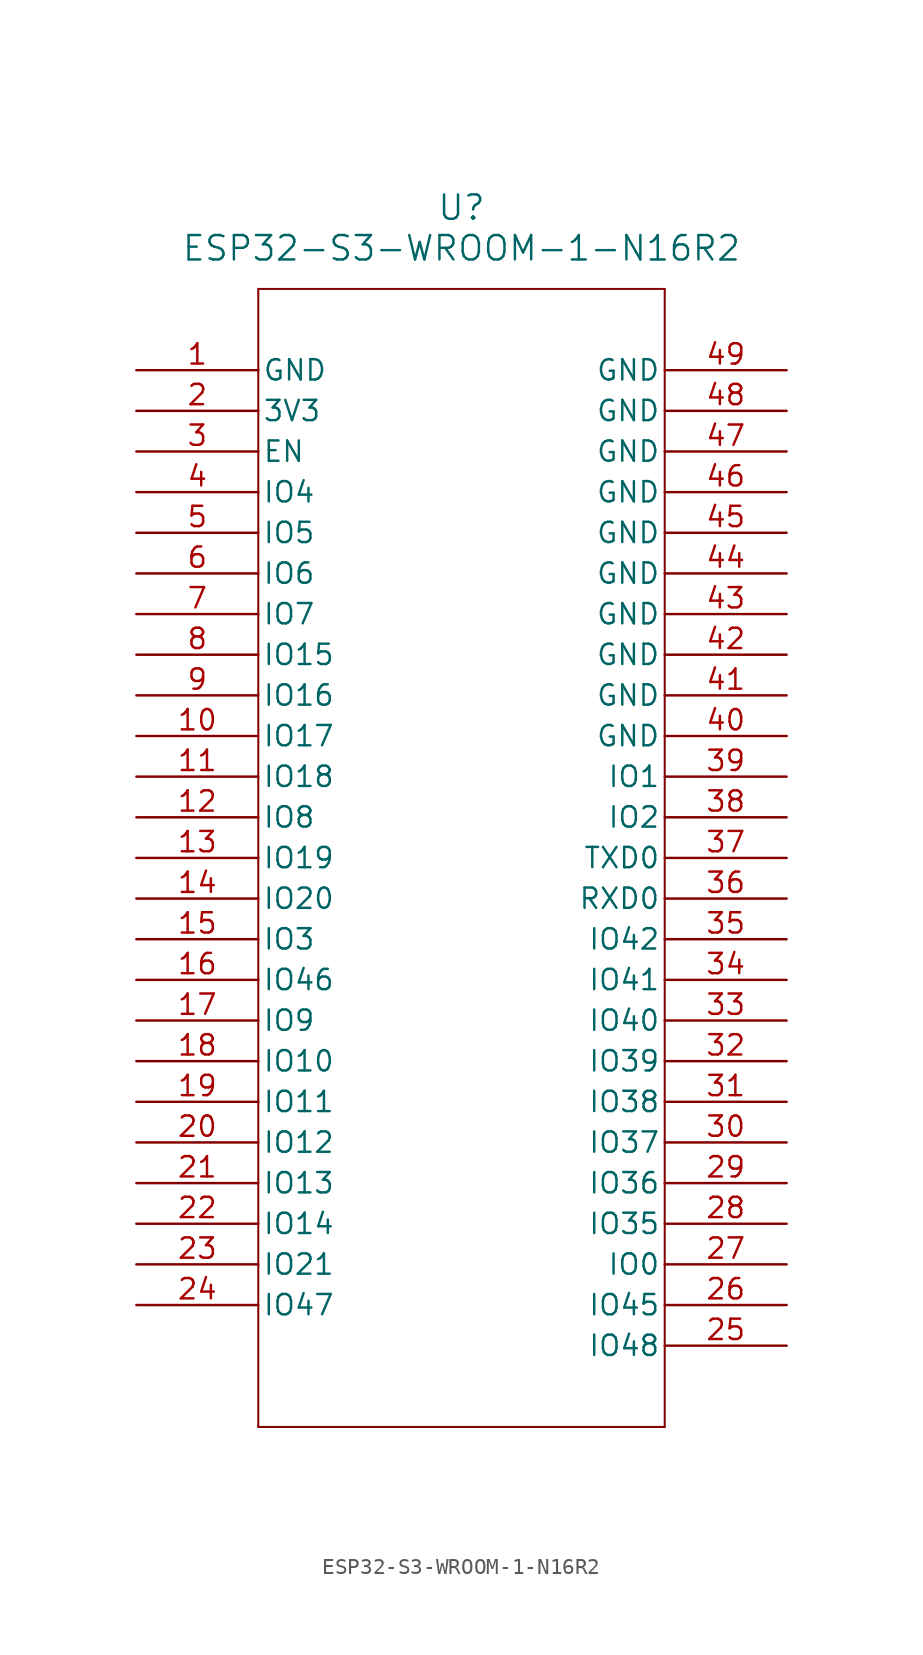
<source format=kicad_sym>
(kicad_symbol_lib
  (version 20211014)
  (generator kicad_symbol_editor)
  (symbol "ESP32-S3-WROOM-1-N16R2"
    (pin_names
      (offset 0.254))
    (property "Reference" "U"
      (at 20.32 10.16 0)
      (effects (font (size 1.524 1.524))))
    (property "Value" "ESP32-S3-WROOM-1-N16R2"
      (at 20.32 7.62 0)
      (effects (font (size 1.524 1.524))))
    (symbol "ESP32-S3-WROOM-1-N16R2_0_1"
      (polyline (pts (xy 7.62 5.08) (xy 7.62 -66.04)) (stroke (width 0.127) (type default) (color 0 0 0 0)) (fill (type none)))
      (polyline (pts (xy 7.62 -66.04) (xy 33.02 -66.04)) (stroke (width 0.127) (type default) (color 0 0 0 0)) (fill (type none)))
      (polyline (pts (xy 33.02 -66.04) (xy 33.02 5.08)) (stroke (width 0.127) (type default) (color 0 0 0 0)) (fill (type none)))
      (polyline (pts (xy 33.02 5.08) (xy 7.62 5.08)) (stroke (width 0.127) (type default) (color 0 0 0 0)) (fill (type none)))
      (pin power_out line (at 0 0 0) (length 7.62) (name "GND" (effects (font (size 1.27 1.27)))) (number "1" (effects (font (size 1.27 1.27)))))
      (pin power_in line (at 0 -2.54 0) (length 7.62) (name "3V3" (effects (font (size 1.27 1.27)))) (number "2" (effects (font (size 1.27 1.27)))))
      (pin input line (at 0 -5.08 0) (length 7.62) (name "EN" (effects (font (size 1.27 1.27)))) (number "3" (effects (font (size 1.27 1.27)))))
      (pin bidirectional line (at 0 -7.62 0) (length 7.62) (name "IO4" (effects (font (size 1.27 1.27)))) (number "4" (effects (font (size 1.27 1.27)))))
      (pin bidirectional line (at 0 -10.16 0) (length 7.62) (name "IO5" (effects (font (size 1.27 1.27)))) (number "5" (effects (font (size 1.27 1.27)))))
      (pin bidirectional line (at 0 -12.7 0) (length 7.62) (name "IO6" (effects (font (size 1.27 1.27)))) (number "6" (effects (font (size 1.27 1.27)))))
      (pin bidirectional line (at 0 -15.24 0) (length 7.62) (name "IO7" (effects (font (size 1.27 1.27)))) (number "7" (effects (font (size 1.27 1.27)))))
      (pin bidirectional line (at 0 -17.78 0) (length 7.62) (name "IO15" (effects (font (size 1.27 1.27)))) (number "8" (effects (font (size 1.27 1.27)))))
      (pin bidirectional line (at 0 -20.32 0) (length 7.62) (name "IO16" (effects (font (size 1.27 1.27)))) (number "9" (effects (font (size 1.27 1.27)))))
      (pin bidirectional line (at 0 -22.86 0) (length 7.62) (name "IO17" (effects (font (size 1.27 1.27)))) (number "10" (effects (font (size 1.27 1.27)))))
      (pin bidirectional line (at 0 -25.4 0) (length 7.62) (name "IO18" (effects (font (size 1.27 1.27)))) (number "11" (effects (font (size 1.27 1.27)))))
      (pin bidirectional line (at 0 -27.94 0) (length 7.62) (name "IO8" (effects (font (size 1.27 1.27)))) (number "12" (effects (font (size 1.27 1.27)))))
      (pin bidirectional line (at 0 -30.48 0) (length 7.62) (name "IO19" (effects (font (size 1.27 1.27)))) (number "13" (effects (font (size 1.27 1.27)))))
      (pin bidirectional line (at 0 -33.02 0) (length 7.62) (name "IO20" (effects (font (size 1.27 1.27)))) (number "14" (effects (font (size 1.27 1.27)))))
      (pin bidirectional line (at 0 -35.56 0) (length 7.62) (name "IO3" (effects (font (size 1.27 1.27)))) (number "15" (effects (font (size 1.27 1.27)))))
      (pin bidirectional line (at 0 -38.1 0) (length 7.62) (name "IO46" (effects (font (size 1.27 1.27)))) (number "16" (effects (font (size 1.27 1.27)))))
      (pin bidirectional line (at 0 -40.64 0) (length 7.62) (name "IO9" (effects (font (size 1.27 1.27)))) (number "17" (effects (font (size 1.27 1.27)))))
      (pin bidirectional line (at 0 -43.18 0) (length 7.62) (name "IO10" (effects (font (size 1.27 1.27)))) (number "18" (effects (font (size 1.27 1.27)))))
      (pin bidirectional line (at 0 -45.72 0) (length 7.62) (name "IO11" (effects (font (size 1.27 1.27)))) (number "19" (effects (font (size 1.27 1.27)))))
      (pin bidirectional line (at 0 -48.26 0) (length 7.62) (name "IO12" (effects (font (size 1.27 1.27)))) (number "20" (effects (font (size 1.27 1.27)))))
      (pin bidirectional line (at 0 -50.8 0) (length 7.62) (name "IO13" (effects (font (size 1.27 1.27)))) (number "21" (effects (font (size 1.27 1.27)))))
      (pin bidirectional line (at 0 -53.34 0) (length 7.62) (name "IO14" (effects (font (size 1.27 1.27)))) (number "22" (effects (font (size 1.27 1.27)))))
      (pin bidirectional line (at 0 -55.88 0) (length 7.62) (name "IO21" (effects (font (size 1.27 1.27)))) (number "23" (effects (font (size 1.27 1.27)))))
      (pin bidirectional line (at 0 -58.42 0) (length 7.62) (name "IO47" (effects (font (size 1.27 1.27)))) (number "24" (effects (font (size 1.27 1.27)))))
      (pin bidirectional line (at 40.64 -60.96 180) (length 7.62) (name "IO48" (effects (font (size 1.27 1.27)))) (number "25" (effects (font (size 1.27 1.27)))))
      (pin bidirectional line (at 40.64 -58.42 180) (length 7.62) (name "IO45" (effects (font (size 1.27 1.27)))) (number "26" (effects (font (size 1.27 1.27)))))
      (pin bidirectional line (at 40.64 -55.88 180) (length 7.62) (name "IO0" (effects (font (size 1.27 1.27)))) (number "27" (effects (font (size 1.27 1.27)))))
      (pin bidirectional line (at 40.64 -53.34 180) (length 7.62) (name "IO35" (effects (font (size 1.27 1.27)))) (number "28" (effects (font (size 1.27 1.27)))))
      (pin bidirectional line (at 40.64 -50.8 180) (length 7.62) (name "IO36" (effects (font (size 1.27 1.27)))) (number "29" (effects (font (size 1.27 1.27)))))
      (pin bidirectional line (at 40.64 -48.26 180) (length 7.62) (name "IO37" (effects (font (size 1.27 1.27)))) (number "30" (effects (font (size 1.27 1.27)))))
      (pin bidirectional line (at 40.64 -45.72 180) (length 7.62) (name "IO38" (effects (font (size 1.27 1.27)))) (number "31" (effects (font (size 1.27 1.27)))))
      (pin bidirectional line (at 40.64 -43.18 180) (length 7.62) (name "IO39" (effects (font (size 1.27 1.27)))) (number "32" (effects (font (size 1.27 1.27)))))
      (pin bidirectional line (at 40.64 -40.64 180) (length 7.62) (name "IO40" (effects (font (size 1.27 1.27)))) (number "33" (effects (font (size 1.27 1.27)))))
      (pin bidirectional line (at 40.64 -38.1 180) (length 7.62) (name "IO41" (effects (font (size 1.27 1.27)))) (number "34" (effects (font (size 1.27 1.27)))))
      (pin bidirectional line (at 40.64 -35.56 180) (length 7.62) (name "IO42" (effects (font (size 1.27 1.27)))) (number "35" (effects (font (size 1.27 1.27)))))
      (pin bidirectional line (at 40.64 -33.02 180) (length 7.62) (name "RXD0" (effects (font (size 1.27 1.27)))) (number "36" (effects (font (size 1.27 1.27)))))
      (pin bidirectional line (at 40.64 -30.48 180) (length 7.62) (name "TXD0" (effects (font (size 1.27 1.27)))) (number "37" (effects (font (size 1.27 1.27)))))
      (pin bidirectional line (at 40.64 -27.94 180) (length 7.62) (name "IO2" (effects (font (size 1.27 1.27)))) (number "38" (effects (font (size 1.27 1.27)))))
      (pin bidirectional line (at 40.64 -25.4 180) (length 7.62) (name "IO1" (effects (font (size 1.27 1.27)))) (number "39" (effects (font (size 1.27 1.27)))))
      (pin power_out line (at 40.64 -22.86 180) (length 7.62) (name "GND" (effects (font (size 1.27 1.27)))) (number "40" (effects (font (size 1.27 1.27)))))
      (pin power_out line (at 40.64 -20.32 180) (length 7.62) (name "GND" (effects (font (size 1.27 1.27)))) (number "41" (effects (font (size 1.27 1.27)))))
      (pin power_out line (at 40.64 -17.78 180) (length 7.62) (name "GND" (effects (font (size 1.27 1.27)))) (number "42" (effects (font (size 1.27 1.27)))))
      (pin power_out line (at 40.64 -15.24 180) (length 7.62) (name "GND" (effects (font (size 1.27 1.27)))) (number "43" (effects (font (size 1.27 1.27)))))
      (pin power_out line (at 40.64 -12.7 180) (length 7.62) (name "GND" (effects (font (size 1.27 1.27)))) (number "44" (effects (font (size 1.27 1.27)))))
      (pin power_out line (at 40.64 -10.16 180) (length 7.62) (name "GND" (effects (font (size 1.27 1.27)))) (number "45" (effects (font (size 1.27 1.27)))))
      (pin power_out line (at 40.64 -7.62 180) (length 7.62) (name "GND" (effects (font (size 1.27 1.27)))) (number "46" (effects (font (size 1.27 1.27)))))
      (pin power_out line (at 40.64 -5.08 180) (length 7.62) (name "GND" (effects (font (size 1.27 1.27)))) (number "47" (effects (font (size 1.27 1.27)))))
      (pin power_out line (at 40.64 -2.54 180) (length 7.62) (name "GND" (effects (font (size 1.27 1.27)))) (number "48" (effects (font (size 1.27 1.27)))))
      (pin power_out line (at 40.64 0 180) (length 7.62) (name "GND" (effects (font (size 1.27 1.27)))) (number "49" (effects (font (size 1.27 1.27))))))))
</source>
